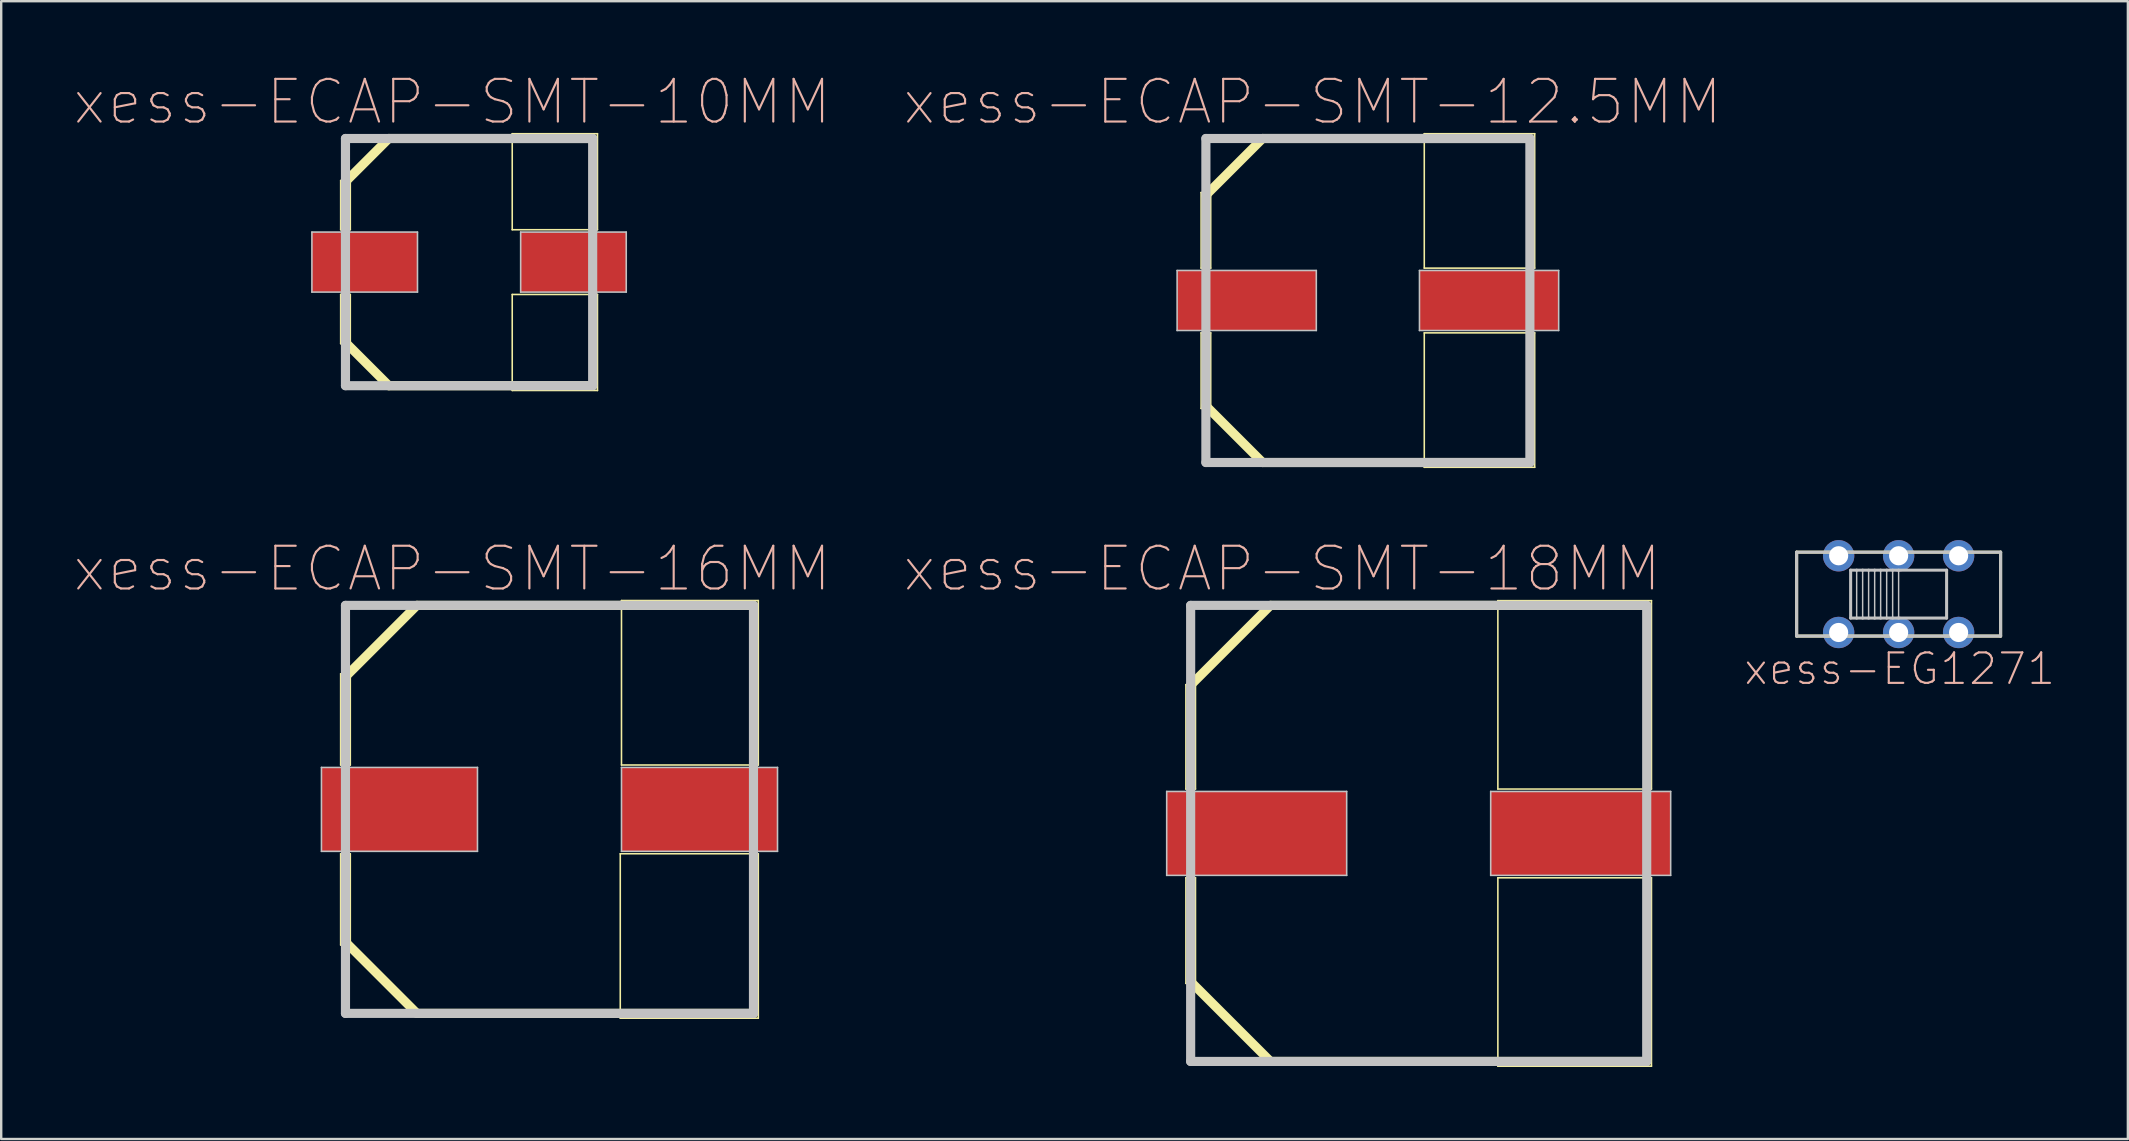
<source format=kicad_pcb>
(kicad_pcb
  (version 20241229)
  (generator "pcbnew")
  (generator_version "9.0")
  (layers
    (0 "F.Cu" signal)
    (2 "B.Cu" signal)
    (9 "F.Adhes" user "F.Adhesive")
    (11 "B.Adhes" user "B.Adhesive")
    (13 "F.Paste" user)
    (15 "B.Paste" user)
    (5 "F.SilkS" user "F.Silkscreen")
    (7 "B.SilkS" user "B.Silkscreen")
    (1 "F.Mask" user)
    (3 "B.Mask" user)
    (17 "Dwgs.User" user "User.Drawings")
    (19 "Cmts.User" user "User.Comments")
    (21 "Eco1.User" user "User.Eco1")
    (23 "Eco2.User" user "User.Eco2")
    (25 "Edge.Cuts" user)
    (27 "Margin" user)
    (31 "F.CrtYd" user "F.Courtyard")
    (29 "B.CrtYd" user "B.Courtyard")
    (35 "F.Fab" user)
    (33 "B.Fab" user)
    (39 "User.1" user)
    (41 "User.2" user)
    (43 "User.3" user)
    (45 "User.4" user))
  (footprint "xess-ECAP-SMT-10MM"
    (layer "F.Cu")
    (at 16.492 7.869)
    (property "Reference" "xess-ECAP-SMT-10MM" (at -0.704 -6.673 0) (layer "B.SilkS") (effects (font (size 1.778 1.778) (thickness 0.089))))
    (attr smd)
    (fp_line (start -5.349 -3.399) (end -4.948 -3.399) (stroke (width 0.066) (type solid)) (layer "F.SilkS"))
    (fp_line (start -5.349 -1.349) (end -5.349 -3.399) (stroke (width 0.066) (type solid)) (layer "F.SilkS"))
    (fp_line (start -5.349 -1.349) (end -4.948 -1.349) (stroke (width 0.066) (type solid)) (layer "F.SilkS"))
    (fp_line (start -5.349 1.349) (end -4.948 1.349) (stroke (width 0.066) (type solid)) (layer "F.SilkS"))
    (fp_line (start -5.349 3.399) (end -5.349 1.349) (stroke (width 0.066) (type solid)) (layer "F.SilkS"))
    (fp_line (start -5.349 3.399) (end -4.948 3.399) (stroke (width 0.066) (type solid)) (layer "F.SilkS"))
    (fp_line (start -5.149 3.345) (end -3.345 5.149) (stroke (width 0.381) (type solid)) (layer "F.SilkS"))
    (fp_line (start -4.948 -1.349) (end -4.948 -3.399) (stroke (width 0.066) (type solid)) (layer "F.SilkS"))
    (fp_line (start -4.948 3.399) (end -4.948 1.349) (stroke (width 0.066) (type solid)) (layer "F.SilkS"))
    (fp_line (start -3.345 -5.149) (end -5.149 -3.345) (stroke (width 0.381) (type solid)) (layer "F.SilkS"))
    (fp_line (start -3.345 5.149) (end 5.149 5.149) (stroke (width 0.381) (type solid)) (layer "F.SilkS"))
    (fp_line (start 1.798 -5.349) (end 5.349 -5.349) (stroke (width 0.066) (type solid)) (layer "F.SilkS"))
    (fp_line (start 1.798 -1.349) (end 1.798 -5.349) (stroke (width 0.066) (type solid)) (layer "F.SilkS"))
    (fp_line (start 1.798 -1.349) (end 5.349 -1.349) (stroke (width 0.066) (type solid)) (layer "F.SilkS"))
    (fp_line (start 1.798 1.349) (end 5.349 1.349) (stroke (width 0.066) (type solid)) (layer "F.SilkS"))
    (fp_line (start 1.798 5.349) (end 1.798 1.349) (stroke (width 0.066) (type solid)) (layer "F.SilkS"))
    (fp_line (start 1.798 5.349) (end 5.349 5.349) (stroke (width 0.066) (type solid)) (layer "F.SilkS"))
    (fp_line (start 5.149 -5.149) (end -3.345 -5.149) (stroke (width 0.381) (type solid)) (layer "F.SilkS"))
    (fp_line (start 5.349 -1.349) (end 5.349 -5.349) (stroke (width 0.066) (type solid)) (layer "F.SilkS"))
    (fp_line (start 5.349 5.349) (end 5.349 1.349) (stroke (width 0.066) (type solid)) (layer "F.SilkS"))
    (fp_line (start -6.548 -1.25) (end -2.149 -1.25) (stroke (width 0.066) (type solid)) (layer "Dwgs.User"))
    (fp_line (start -6.548 1.25) (end -6.548 -1.25) (stroke (width 0.066) (type solid)) (layer "Dwgs.User"))
    (fp_line (start -6.548 1.25) (end -2.149 1.25) (stroke (width 0.066) (type solid)) (layer "Dwgs.User"))
    (fp_line (start -5.149 -5.149) (end -5.149 5.149) (stroke (width 0.381) (type solid)) (layer "Dwgs.User"))
    (fp_line (start -5.149 5.149) (end 5.149 5.149) (stroke (width 0.381) (type solid)) (layer "Dwgs.User"))
    (fp_line (start -2.149 1.25) (end -2.149 -1.25) (stroke (width 0.066) (type solid)) (layer "Dwgs.User"))
    (fp_line (start 2.149 -1.25) (end 6.548 -1.25) (stroke (width 0.066) (type solid)) (layer "Dwgs.User"))
    (fp_line (start 2.149 1.25) (end 2.149 -1.25) (stroke (width 0.066) (type solid)) (layer "Dwgs.User"))
    (fp_line (start 2.149 1.25) (end 6.548 1.25) (stroke (width 0.066) (type solid)) (layer "Dwgs.User"))
    (fp_line (start 5.149 -5.149) (end -5.149 -5.149) (stroke (width 0.381) (type solid)) (layer "Dwgs.User"))
    (fp_line (start 5.149 5.149) (end 5.149 -5.149) (stroke (width 0.381) (type solid)) (layer "Dwgs.User"))
    (fp_line (start 6.548 1.25) (end 6.548 -1.25) (stroke (width 0.066) (type solid)) (layer "Dwgs.User"))
    (pad "1" smd rect (at -4.348 0) (size 4.399 2.499) (layers "F.Cu" "F.Mask" "F.Paste"))
    (pad "2" smd rect (at 4.348 0) (size 4.399 2.499) (layers "F.Cu" "F.Mask" "F.Paste")))
  (footprint "xess-ECAP-SMT-12.5MM"
    (layer "F.Cu")
    (at 53.938 9.469)
    (property "Reference" "xess-ECAP-SMT-12.5MM" (at -2.304 -8.273 0) (layer "B.SilkS") (effects (font (size 1.778 1.778) (thickness 0.089))))
    (attr smd)
    (fp_line (start -6.949 -4.498) (end -6.548 -4.498) (stroke (width 0.066) (type solid)) (layer "F.SilkS"))
    (fp_line (start -6.949 -1.349) (end -6.949 -4.498) (stroke (width 0.066) (type solid)) (layer "F.SilkS"))
    (fp_line (start -6.949 -1.349) (end -6.548 -1.349) (stroke (width 0.066) (type solid)) (layer "F.SilkS"))
    (fp_line (start -6.949 1.349) (end -6.548 1.349) (stroke (width 0.066) (type solid)) (layer "F.SilkS"))
    (fp_line (start -6.949 4.498) (end -6.949 1.349) (stroke (width 0.066) (type solid)) (layer "F.SilkS"))
    (fp_line (start -6.949 4.498) (end -6.548 4.498) (stroke (width 0.066) (type solid)) (layer "F.SilkS"))
    (fp_line (start -6.749 4.387) (end -4.387 6.749) (stroke (width 0.381) (type solid)) (layer "F.SilkS"))
    (fp_line (start -6.548 -1.349) (end -6.548 -4.498) (stroke (width 0.066) (type solid)) (layer "F.SilkS"))
    (fp_line (start -6.548 4.498) (end -6.548 1.349) (stroke (width 0.066) (type solid)) (layer "F.SilkS"))
    (fp_line (start -4.387 -6.749) (end -6.749 -4.387) (stroke (width 0.381) (type solid)) (layer "F.SilkS"))
    (fp_line (start -4.387 6.749) (end 6.749 6.749) (stroke (width 0.381) (type solid)) (layer "F.SilkS"))
    (fp_line (start 2.349 -6.949) (end 6.949 -6.949) (stroke (width 0.066) (type solid)) (layer "F.SilkS"))
    (fp_line (start 2.349 -1.349) (end 2.349 -6.949) (stroke (width 0.066) (type solid)) (layer "F.SilkS"))
    (fp_line (start 2.349 -1.349) (end 6.949 -1.349) (stroke (width 0.066) (type solid)) (layer "F.SilkS"))
    (fp_line (start 2.349 1.349) (end 6.949 1.349) (stroke (width 0.066) (type solid)) (layer "F.SilkS"))
    (fp_line (start 2.349 6.949) (end 2.349 1.349) (stroke (width 0.066) (type solid)) (layer "F.SilkS"))
    (fp_line (start 2.349 6.949) (end 6.949 6.949) (stroke (width 0.066) (type solid)) (layer "F.SilkS"))
    (fp_line (start 6.749 -6.749) (end -4.387 -6.749) (stroke (width 0.381) (type solid)) (layer "F.SilkS"))
    (fp_line (start 6.949 -1.349) (end 6.949 -6.949) (stroke (width 0.066) (type solid)) (layer "F.SilkS"))
    (fp_line (start 6.949 6.949) (end 6.949 1.349) (stroke (width 0.066) (type solid)) (layer "F.SilkS"))
    (fp_line (start -7.948 -1.25) (end -2.149 -1.25) (stroke (width 0.066) (type solid)) (layer "Dwgs.User"))
    (fp_line (start -7.948 1.25) (end -7.948 -1.25) (stroke (width 0.066) (type solid)) (layer "Dwgs.User"))
    (fp_line (start -7.948 1.25) (end -2.149 1.25) (stroke (width 0.066) (type solid)) (layer "Dwgs.User"))
    (fp_line (start -6.749 -6.749) (end -6.749 6.749) (stroke (width 0.381) (type solid)) (layer "Dwgs.User"))
    (fp_line (start -6.749 6.749) (end 6.749 6.749) (stroke (width 0.381) (type solid)) (layer "Dwgs.User"))
    (fp_line (start -2.149 1.25) (end -2.149 -1.25) (stroke (width 0.066) (type solid)) (layer "Dwgs.User"))
    (fp_line (start 2.149 -1.25) (end 7.948 -1.25) (stroke (width 0.066) (type solid)) (layer "Dwgs.User"))
    (fp_line (start 2.149 1.25) (end 2.149 -1.25) (stroke (width 0.066) (type solid)) (layer "Dwgs.User"))
    (fp_line (start 2.149 1.25) (end 7.948 1.25) (stroke (width 0.066) (type solid)) (layer "Dwgs.User"))
    (fp_line (start 6.749 -6.749) (end -6.749 -6.749) (stroke (width 0.381) (type solid)) (layer "Dwgs.User"))
    (fp_line (start 6.749 6.749) (end 6.749 -6.749) (stroke (width 0.381) (type solid)) (layer "Dwgs.User"))
    (fp_line (start 7.948 1.25) (end 7.948 -1.25) (stroke (width 0.066) (type solid)) (layer "Dwgs.User"))
    (pad "1" smd rect (at -5.05 0) (size 5.799 2.499) (layers "F.Cu" "F.Mask" "F.Paste"))
    (pad "2" smd rect (at 5.05 0) (size 5.799 2.499) (layers "F.Cu" "F.Mask" "F.Paste")))
  (footprint "xess-ECAP-SMT-16MM"
    (layer "F.Cu")
    (at 19.842 30.67)
    (property "Reference" "xess-ECAP-SMT-16MM" (at -4.054 -10.023 0) (layer "B.SilkS") (effects (font (size 1.778 1.778) (thickness 0.089))))
    (attr smd)
    (fp_line (start -8.7 -5.649) (end -8.298 -5.649) (stroke (width 0.066) (type solid)) (layer "F.SilkS"))
    (fp_line (start -8.7 -1.849) (end -8.7 -5.649) (stroke (width 0.066) (type solid)) (layer "F.SilkS"))
    (fp_line (start -8.7 -1.849) (end -8.298 -1.849) (stroke (width 0.066) (type solid)) (layer "F.SilkS"))
    (fp_line (start -8.7 1.849) (end -8.298 1.849) (stroke (width 0.066) (type solid)) (layer "F.SilkS"))
    (fp_line (start -8.7 5.649) (end -8.7 1.849) (stroke (width 0.066) (type solid)) (layer "F.SilkS"))
    (fp_line (start -8.7 5.649) (end -8.298 5.649) (stroke (width 0.066) (type solid)) (layer "F.SilkS"))
    (fp_line (start -8.499 5.524) (end -5.524 8.499) (stroke (width 0.381) (type solid)) (layer "F.SilkS"))
    (fp_line (start -8.298 -1.849) (end -8.298 -5.649) (stroke (width 0.066) (type solid)) (layer "F.SilkS"))
    (fp_line (start -8.298 5.649) (end -8.298 1.849) (stroke (width 0.066) (type solid)) (layer "F.SilkS"))
    (fp_line (start -5.524 -8.499) (end -8.499 -5.524) (stroke (width 0.381) (type solid)) (layer "F.SilkS"))
    (fp_line (start -5.524 8.499) (end 8.499 8.499) (stroke (width 0.381) (type solid)) (layer "F.SilkS"))
    (fp_line (start 2.949 1.849) (end 8.7 1.849) (stroke (width 0.066) (type solid)) (layer "F.SilkS"))
    (fp_line (start 2.949 8.7) (end 2.949 1.849) (stroke (width 0.066) (type solid)) (layer "F.SilkS"))
    (fp_line (start 2.949 8.7) (end 8.7 8.7) (stroke (width 0.066) (type solid)) (layer "F.SilkS"))
    (fp_line (start 3 -8.7) (end 8.7 -8.7) (stroke (width 0.066) (type solid)) (layer "F.SilkS"))
    (fp_line (start 3 -1.849) (end 3 -8.7) (stroke (width 0.066) (type solid)) (layer "F.SilkS"))
    (fp_line (start 3 -1.849) (end 8.7 -1.849) (stroke (width 0.066) (type solid)) (layer "F.SilkS"))
    (fp_line (start 8.499 -8.499) (end -5.524 -8.499) (stroke (width 0.381) (type solid)) (layer "F.SilkS"))
    (fp_line (start 8.7 -1.849) (end 8.7 -8.7) (stroke (width 0.066) (type solid)) (layer "F.SilkS"))
    (fp_line (start 8.7 8.7) (end 8.7 1.849) (stroke (width 0.066) (type solid)) (layer "F.SilkS"))
    (fp_line (start -9.5 -1.748) (end -3 -1.748) (stroke (width 0.066) (type solid)) (layer "Dwgs.User"))
    (fp_line (start -9.5 1.748) (end -9.5 -1.748) (stroke (width 0.066) (type solid)) (layer "Dwgs.User"))
    (fp_line (start -9.5 1.748) (end -3 1.748) (stroke (width 0.066) (type solid)) (layer "Dwgs.User"))
    (fp_line (start -8.499 -8.499) (end -8.499 8.499) (stroke (width 0.381) (type solid)) (layer "Dwgs.User"))
    (fp_line (start -8.499 8.499) (end 8.499 8.499) (stroke (width 0.381) (type solid)) (layer "Dwgs.User"))
    (fp_line (start -3 1.748) (end -3 -1.748) (stroke (width 0.066) (type solid)) (layer "Dwgs.User"))
    (fp_line (start 3 -1.748) (end 9.5 -1.748) (stroke (width 0.066) (type solid)) (layer "Dwgs.User"))
    (fp_line (start 3 1.748) (end 3 -1.748) (stroke (width 0.066) (type solid)) (layer "Dwgs.User"))
    (fp_line (start 3 1.748) (end 9.5 1.748) (stroke (width 0.066) (type solid)) (layer "Dwgs.User"))
    (fp_line (start 8.499 -8.499) (end -8.499 -8.499) (stroke (width 0.381) (type solid)) (layer "Dwgs.User"))
    (fp_line (start 8.499 8.499) (end 8.499 -8.499) (stroke (width 0.381) (type solid)) (layer "Dwgs.User"))
    (fp_line (start 9.5 1.748) (end 9.5 -1.748) (stroke (width 0.066) (type solid)) (layer "Dwgs.User"))
    (pad "1" smd rect (at -6.248 0) (size 6.5 3.498) (layers "F.Cu" "F.Mask" "F.Paste"))
    (pad "2" smd rect (at 6.248 0) (size 6.5 3.498) (layers "F.Cu" "F.Mask" "F.Paste")))
  (footprint "xess-ECAP-SMT-18MM"
    (layer "F.Cu")
    (at 56.054 31.671)
    (property "Reference" "xess-ECAP-SMT-18MM" (at -5.69 -11.024 0) (layer "B.SilkS") (effects (font (size 1.778 1.778) (thickness 0.089))))
    (attr smd)
    (fp_line (start -9.698 -6.198) (end -9.299 -6.198) (stroke (width 0.066) (type solid)) (layer "F.SilkS"))
    (fp_line (start -9.698 -1.849) (end -9.698 -6.198) (stroke (width 0.066) (type solid)) (layer "F.SilkS"))
    (fp_line (start -9.698 -1.849) (end -9.299 -1.849) (stroke (width 0.066) (type solid)) (layer "F.SilkS"))
    (fp_line (start -9.698 1.849) (end -9.299 1.849) (stroke (width 0.066) (type solid)) (layer "F.SilkS"))
    (fp_line (start -9.698 6.248) (end -9.698 1.849) (stroke (width 0.066) (type solid)) (layer "F.SilkS"))
    (fp_line (start -9.698 6.248) (end -9.299 6.248) (stroke (width 0.066) (type solid)) (layer "F.SilkS"))
    (fp_line (start -9.5 6.175) (end -6.175 9.5) (stroke (width 0.381) (type solid)) (layer "F.SilkS"))
    (fp_line (start -9.299 -1.849) (end -9.299 -6.198) (stroke (width 0.066) (type solid)) (layer "F.SilkS"))
    (fp_line (start -9.299 6.248) (end -9.299 1.849) (stroke (width 0.066) (type solid)) (layer "F.SilkS"))
    (fp_line (start -6.175 -9.5) (end -9.5 -6.175) (stroke (width 0.381) (type solid)) (layer "F.SilkS"))
    (fp_line (start -6.175 9.5) (end 9.5 9.5) (stroke (width 0.381) (type solid)) (layer "F.SilkS"))
    (fp_line (start 3.299 -9.698) (end 9.698 -9.698) (stroke (width 0.066) (type solid)) (layer "F.SilkS"))
    (fp_line (start 3.299 -1.849) (end 3.299 -9.698) (stroke (width 0.066) (type solid)) (layer "F.SilkS"))
    (fp_line (start 3.299 -1.849) (end 9.698 -1.849) (stroke (width 0.066) (type solid)) (layer "F.SilkS"))
    (fp_line (start 3.299 1.849) (end 9.698 1.849) (stroke (width 0.066) (type solid)) (layer "F.SilkS"))
    (fp_line (start 3.299 9.698) (end 3.299 1.849) (stroke (width 0.066) (type solid)) (layer "F.SilkS"))
    (fp_line (start 3.299 9.698) (end 9.698 9.698) (stroke (width 0.066) (type solid)) (layer "F.SilkS"))
    (fp_line (start 9.5 -9.5) (end -6.175 -9.5) (stroke (width 0.381) (type solid)) (layer "F.SilkS"))
    (fp_line (start 9.698 -1.849) (end 9.698 -9.698) (stroke (width 0.066) (type solid)) (layer "F.SilkS"))
    (fp_line (start 9.698 9.698) (end 9.698 1.849) (stroke (width 0.066) (type solid)) (layer "F.SilkS"))
    (fp_line (start -10.498 -1.748) (end -3 -1.748) (stroke (width 0.066) (type solid)) (layer "Dwgs.User"))
    (fp_line (start -10.498 1.748) (end -10.498 -1.748) (stroke (width 0.066) (type solid)) (layer "Dwgs.User"))
    (fp_line (start -10.498 1.748) (end -3 1.748) (stroke (width 0.066) (type solid)) (layer "Dwgs.User"))
    (fp_line (start -9.5 -9.5) (end -9.5 9.5) (stroke (width 0.381) (type solid)) (layer "Dwgs.User"))
    (fp_line (start -9.5 9.5) (end 9.5 9.5) (stroke (width 0.381) (type solid)) (layer "Dwgs.User"))
    (fp_line (start -3 1.748) (end -3 -1.748) (stroke (width 0.066) (type solid)) (layer "Dwgs.User"))
    (fp_line (start 3 -1.748) (end 10.498 -1.748) (stroke (width 0.066) (type solid)) (layer "Dwgs.User"))
    (fp_line (start 3 1.748) (end 3 -1.748) (stroke (width 0.066) (type solid)) (layer "Dwgs.User"))
    (fp_line (start 3 1.748) (end 10.498 1.748) (stroke (width 0.066) (type solid)) (layer "Dwgs.User"))
    (fp_line (start 9.5 -9.5) (end -9.5 -9.5) (stroke (width 0.381) (type solid)) (layer "Dwgs.User"))
    (fp_line (start 9.5 9.5) (end 9.5 -9.5) (stroke (width 0.381) (type solid)) (layer "Dwgs.User"))
    (fp_line (start 10.498 1.748) (end 10.498 -1.748) (stroke (width 0.066) (type solid)) (layer "Dwgs.User"))
    (pad "1" smd rect (at -6.749 0) (size 7.498 3.498) (layers "F.Cu" "F.Mask" "F.Paste"))
    (pad "2" smd rect (at 6.749 0) (size 7.498 3.498) (layers "F.Cu" "F.Mask" "F.Paste")))
  (footprint "xess-EG1271"
    (layer "F.Cu")
    (at 76.049 21.702)
    (property "Reference" "xess-EG1271" (at 0.043 3.114 0) (layer "B.SilkS") (effects (font (size 1.27 1.27) (thickness 0.089))))
    (attr exclude_from_pos_files exclude_from_bom)
    (fp_line (start -4.249 -1.748) (end -4.249 1.748) (stroke (width 0.127) (type solid)) (layer "F.SilkS"))
    (fp_line (start -4.249 1.748) (end 4.249 1.748) (stroke (width 0.127) (type solid)) (layer "F.SilkS"))
    (fp_line (start 4.249 -1.748) (end -4.249 -1.748) (stroke (width 0.127) (type solid)) (layer "F.SilkS"))
    (fp_line (start 4.249 1.748) (end 4.249 -1.748) (stroke (width 0.127) (type solid)) (layer "F.SilkS"))
    (fp_line (start -4.249 -1.748) (end -4.249 1.748) (stroke (width 0.127) (type solid)) (layer "Dwgs.User"))
    (fp_line (start -4.249 1.748) (end 4.249 1.748) (stroke (width 0.127) (type solid)) (layer "Dwgs.User"))
    (fp_line (start -1.999 -0.998) (end -1.999 0.998) (stroke (width 0.127) (type solid)) (layer "Dwgs.User"))
    (fp_line (start -1.999 0.998) (end -1.748 0.998) (stroke (width 0.127) (type solid)) (layer "Dwgs.User"))
    (fp_line (start -1.748 -0.998) (end -1.999 -0.998) (stroke (width 0.127) (type solid)) (layer "Dwgs.User"))
    (fp_line (start -1.748 -0.998) (end -1.748 0.998) (stroke (width 0.061) (type solid)) (layer "Dwgs.User"))
    (fp_line (start -1.748 0.998) (end -1.499 0.998) (stroke (width 0.127) (type solid)) (layer "Dwgs.User"))
    (fp_line (start -1.499 -0.998) (end -1.748 -0.998) (stroke (width 0.127) (type solid)) (layer "Dwgs.User"))
    (fp_line (start -1.499 -0.998) (end -1.499 0.998) (stroke (width 0.061) (type solid)) (layer "Dwgs.User"))
    (fp_line (start -1.499 0.998) (end -1.25 0.998) (stroke (width 0.127) (type solid)) (layer "Dwgs.User"))
    (fp_line (start -1.25 -0.998) (end -1.499 -0.998) (stroke (width 0.127) (type solid)) (layer "Dwgs.User"))
    (fp_line (start -1.25 -0.998) (end -1.25 0.998) (stroke (width 0.061) (type solid)) (layer "Dwgs.User"))
    (fp_line (start -1.25 0.998) (end -0.998 0.998) (stroke (width 0.127) (type solid)) (layer "Dwgs.User"))
    (fp_line (start -0.998 -0.998) (end -1.25 -0.998) (stroke (width 0.127) (type solid)) (layer "Dwgs.User"))
    (fp_line (start -0.998 -0.998) (end -0.998 0.998) (stroke (width 0.061) (type solid)) (layer "Dwgs.User"))
    (fp_line (start -0.998 0.998) (end -0.749 0.998) (stroke (width 0.127) (type solid)) (layer "Dwgs.User"))
    (fp_line (start -0.749 -0.998) (end -0.998 -0.998) (stroke (width 0.127) (type solid)) (layer "Dwgs.User"))
    (fp_line (start -0.749 -0.998) (end -0.749 0.998) (stroke (width 0.061) (type solid)) (layer "Dwgs.User"))
    (fp_line (start -0.749 0.998) (end -0.498 0.998) (stroke (width 0.127) (type solid)) (layer "Dwgs.User"))
    (fp_line (start -0.498 -0.998) (end -0.749 -0.998) (stroke (width 0.127) (type solid)) (layer "Dwgs.User"))
    (fp_line (start -0.498 -0.998) (end -0.498 0.998) (stroke (width 0.061) (type solid)) (layer "Dwgs.User"))
    (fp_line (start -0.498 0.998) (end -0.249 0.998) (stroke (width 0.127) (type solid)) (layer "Dwgs.User"))
    (fp_line (start -0.249 -0.998) (end -0.498 -0.998) (stroke (width 0.127) (type solid)) (layer "Dwgs.User"))
    (fp_line (start -0.249 -0.998) (end -0.249 0.998) (stroke (width 0.061) (type solid)) (layer "Dwgs.User"))
    (fp_line (start -0.249 0.998) (end 0 0.998) (stroke (width 0.127) (type solid)) (layer "Dwgs.User"))
    (fp_line (start 0 -0.998) (end -0.249 -0.998) (stroke (width 0.127) (type solid)) (layer "Dwgs.User"))
    (fp_line (start 0 -0.998) (end 0 0.998) (stroke (width 0.061) (type solid)) (layer "Dwgs.User"))
    (fp_line (start 0 0.998) (end 1.999 0.998) (stroke (width 0.127) (type solid)) (layer "Dwgs.User"))
    (fp_line (start 1.999 -0.998) (end 0 -0.998) (stroke (width 0.127) (type solid)) (layer "Dwgs.User"))
    (fp_line (start 1.999 0.998) (end 1.999 -0.998) (stroke (width 0.127) (type solid)) (layer "Dwgs.User"))
    (fp_line (start 4.249 -1.748) (end -4.249 -1.748) (stroke (width 0.127) (type solid)) (layer "Dwgs.User"))
    (fp_line (start 4.249 1.748) (end 4.249 -1.748) (stroke (width 0.127) (type solid)) (layer "Dwgs.User"))
    (pad "1" thru_hole circle (at -2.499 -1.598) (size 1.306 1.306) (drill 0.798) (layers "*.Cu" "*.Mask"))
    (pad "2" thru_hole circle (at 0 -1.598) (size 1.306 1.306) (drill 0.798) (layers "*.Cu" "*.Mask"))
    (pad "3" thru_hole circle (at 2.499 -1.598) (size 1.306 1.306) (drill 0.798) (layers "*.Cu" "*.Mask"))
    (pad "4" thru_hole circle (at -2.499 1.598) (size 1.306 1.306) (drill 0.798) (layers "*.Cu" "*.Mask"))
    (pad "5" thru_hole circle (at 0 1.598) (size 1.306 1.306) (drill 0.798) (layers "*.Cu" "*.Mask"))
    (pad "6" thru_hole circle (at 2.499 1.598) (size 1.306 1.306) (drill 0.798) (layers "*.Cu" "*.Mask")))
  (gr_rect
    (start -3 -3)
    (end 85.6 44.402)
    (stroke (width 0.1) (type default))
    (fill no)
    (layer "Edge.Cuts")))
</source>
